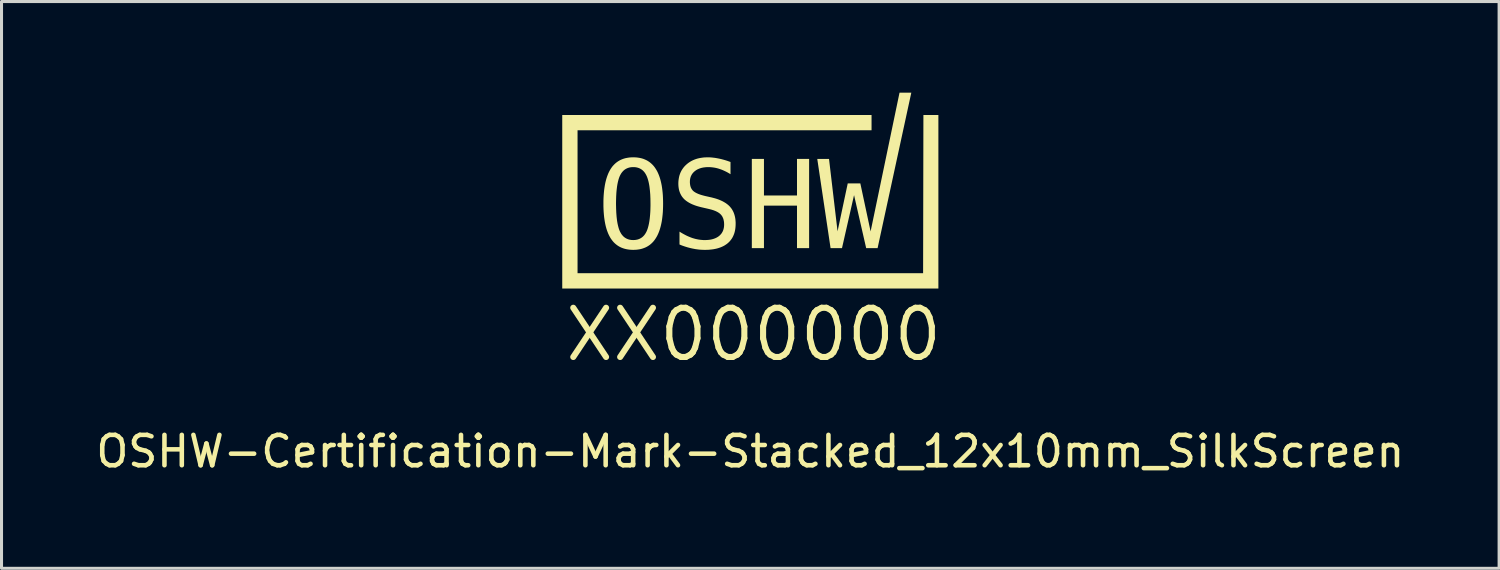
<source format=kicad_pcb>
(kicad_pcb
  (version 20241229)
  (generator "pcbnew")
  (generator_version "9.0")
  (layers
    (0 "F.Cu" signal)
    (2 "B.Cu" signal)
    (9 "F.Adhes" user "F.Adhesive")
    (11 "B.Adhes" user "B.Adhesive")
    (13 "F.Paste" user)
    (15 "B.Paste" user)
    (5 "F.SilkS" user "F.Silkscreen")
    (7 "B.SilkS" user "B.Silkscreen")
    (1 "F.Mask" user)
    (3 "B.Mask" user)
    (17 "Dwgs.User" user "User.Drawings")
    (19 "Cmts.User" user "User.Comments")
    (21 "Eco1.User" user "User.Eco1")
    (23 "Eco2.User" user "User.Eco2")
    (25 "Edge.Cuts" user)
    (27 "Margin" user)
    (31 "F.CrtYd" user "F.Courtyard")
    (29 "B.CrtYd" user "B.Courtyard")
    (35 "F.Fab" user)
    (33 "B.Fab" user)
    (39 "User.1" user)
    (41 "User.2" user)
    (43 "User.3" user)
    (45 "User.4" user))
  (footprint "OSHW-Certification-Mark-Stacked_12x10mm_SilkScreen"
    (layer "F.Cu")
    (at 21.649 4.41)
    (property "Reference" "OSHW-Certification-Mark-Stacked_12x10mm_SilkScreen" (at 0.000231 7.4 0) (unlocked yes) (layer "F.SilkS") (effects (font (size 1 1) (thickness 0.15))))
    (attr board_only exclude_from_pos_files exclude_from_bom allow_missing_courtyard)
    (fp_poly (pts (xy -2.871 -0.758) (xy -2.871 -0.758) (xy -2.871 -0.758)) (stroke (width 0) (type solid)) (fill yes) (layer "F.SilkS"))
    (fp_poly (pts (xy 6.191 2.037) (xy -6.191 2.037) (xy -6.191 -3.674) (xy -6.191 -3.674) (xy 3.991 -3.674) (xy 3.991 -3.171) (xy -5.687 -3.171) (xy -5.687 1.533) (xy 5.688 1.533) (xy 5.698 -3.674) (xy 6.191 -3.674)) (stroke (width 0) (type solid)) (fill yes) (layer "F.SilkS"))
    (fp_poly (pts (xy 0.449 -1.025) (xy 1.537 -1.025) (xy 1.537 -2.229) (xy 1.936 -2.229) (xy 1.936 0.708) (xy 1.537 0.708) (xy 1.537 -0.691) (xy 0.449 -0.691) (xy 0.449 0.708) (xy 0.05 0.708) (xy 0.05 -2.229) (xy 0.449 -2.229)) (stroke (width 0) (type solid)) (fill yes) (layer "F.SilkS"))
    (fp_poly (pts (xy 4.19 0.708) (xy 3.814 0.708) (xy 3.415 -1.037) (xy 3.018 0.708) (xy 2.642 0.708) (xy 2.204 -2.229) (xy 2.591 -2.229) (xy 2.872 0.155) (xy 3.207 -1.422) (xy 3.622 -1.422) (xy 3.96 0.159) (xy 4.912 -4.41) (xy 5.3 -4.41)) (stroke (width 0) (type solid)) (fill yes) (layer "F.SilkS"))
    (fp_poly (pts (xy -3.793 -2.28) (xy -3.734 -2.276) (xy -3.677 -2.268) (xy -3.621 -2.258) (xy -3.568 -2.245) (xy -3.517 -2.229) (xy -3.468 -2.209) (xy -3.42 -2.187) (xy -3.375 -2.162) (xy -3.332 -2.134) (xy -3.291 -2.103) (xy -3.252 -2.069) (xy -3.214 -2.032) (xy -3.179 -1.993) (xy -3.146 -1.95) (xy -3.115 -1.904) (xy -3.085 -1.855) (xy -3.057 -1.804) (xy -3.032 -1.749) (xy -3.008 -1.691) (xy -2.986 -1.63) (xy -2.966 -1.566) (xy -2.948 -1.499) (xy -2.932 -1.429) (xy -2.917 -1.356) (xy -2.905 -1.279) (xy -2.895 -1.2) (xy -2.886 -1.118) (xy -2.879 -1.032) (xy -2.875 -0.944) (xy -2.872 -0.852) (xy -2.871 -0.758) (xy -2.872 -0.663) (xy -2.875 -0.572) (xy -2.879 -0.484) (xy -2.886 -0.398) (xy -2.895 -0.316) (xy -2.905 -0.237) (xy -2.917 -0.161) (xy -2.932 -0.088) (xy -2.948 -0.018) (xy -2.966 0.049) (xy -2.986 0.113) (xy -3.008 0.174) (xy -3.032 0.232) (xy -3.057 0.286) (xy -3.085 0.338) (xy -3.115 0.387) (xy -3.13 0.41) (xy -3.146 0.433) (xy -3.162 0.454) (xy -3.179 0.475) (xy -3.196 0.496) (xy -3.214 0.515) (xy -3.233 0.534) (xy -3.252 0.552) (xy -3.271 0.57) (xy -3.291 0.586) (xy -3.311 0.602) (xy -3.332 0.617) (xy -3.353 0.631) (xy -3.375 0.645) (xy -3.398 0.658) (xy -3.42 0.67) (xy -3.444 0.682) (xy -3.468 0.692) (xy -3.492 0.702) (xy -3.517 0.711) (xy -3.542 0.72) (xy -3.568 0.728) (xy -3.594 0.735) (xy -3.621 0.741) (xy -3.649 0.747) (xy -3.677 0.751) (xy -3.734 0.759) (xy -3.793 0.763) (xy -3.854 0.765) (xy -3.915 0.763) (xy -3.975 0.759) (xy -4.032 0.751) (xy -4.087 0.741) (xy -4.14 0.728) (xy -4.191 0.712) (xy -4.241 0.693) (xy -4.288 0.671) (xy -4.333 0.646) (xy -4.376 0.618) (xy -4.417 0.587) (xy -4.457 0.553) (xy -4.494 0.517) (xy -4.529 0.477) (xy -4.562 0.434) (xy -4.594 0.389) (xy -4.623 0.34) (xy -4.65 0.289) (xy -4.676 0.234) (xy -4.699 0.176) (xy -4.721 0.116) (xy -4.741 0.052) (xy -4.759 -0.015) (xy -4.775 -0.086) (xy -4.789 -0.159) (xy -4.801 -0.235) (xy -4.812 -0.314) (xy -4.82 -0.397) (xy -4.827 -0.482) (xy -4.832 -0.571) (xy -4.835 -0.663) (xy -4.835 -0.758) (xy -4.421 -0.758) (xy -4.418 -0.602) (xy -4.412 -0.458) (xy -4.402 -0.326) (xy -4.388 -0.204) (xy -4.379 -0.148) (xy -4.369 -0.095) (xy -4.358 -0.044) (xy -4.346 0.003) (xy -4.334 0.048) (xy -4.32 0.09) (xy -4.305 0.129) (xy -4.289 0.165) (xy -4.271 0.198) (xy -4.262 0.214) (xy -4.253 0.23) (xy -4.243 0.245) (xy -4.233 0.259) (xy -4.222 0.273) (xy -4.211 0.286) (xy -4.2 0.299) (xy -4.189 0.311) (xy -4.177 0.323) (xy -4.165 0.334) (xy -4.153 0.344) (xy -4.14 0.354) (xy -4.127 0.364) (xy -4.113 0.373) (xy -4.099 0.381) (xy -4.085 0.389) (xy -4.071 0.396) (xy -4.056 0.403) (xy -4.041 0.409) (xy -4.026 0.415) (xy -4.01 0.42) (xy -3.994 0.425) (xy -3.978 0.429) (xy -3.961 0.432) (xy -3.944 0.435) (xy -3.927 0.438) (xy -3.909 0.44) (xy -3.891 0.441) (xy -3.854 0.442) (xy -3.817 0.441) (xy -3.781 0.438) (xy -3.747 0.432) (xy -3.713 0.425) (xy -3.682 0.415) (xy -3.651 0.403) (xy -3.622 0.389) (xy -3.594 0.373) (xy -3.568 0.355) (xy -3.542 0.334) (xy -3.519 0.312) (xy -3.496 0.287) (xy -3.475 0.26) (xy -3.455 0.231) (xy -3.437 0.2) (xy -3.419 0.167) (xy -3.403 0.131) (xy -3.388 0.092) (xy -3.374 0.05) (xy -3.361 0.005) (xy -3.349 -0.043) (xy -3.338 -0.093) (xy -3.328 -0.147) (xy -3.319 -0.203) (xy -3.311 -0.262) (xy -3.305 -0.324) (xy -3.299 -0.389) (xy -3.294 -0.457) (xy -3.29 -0.528) (xy -3.288 -0.602) (xy -3.286 -0.678) (xy -3.286 -0.758) (xy -3.288 -0.914) (xy -3.294 -1.058) (xy -3.305 -1.191) (xy -3.319 -1.312) (xy -3.328 -1.369) (xy -3.338 -1.422) (xy -3.349 -1.473) (xy -3.361 -1.52) (xy -3.374 -1.565) (xy -3.388 -1.607) (xy -3.403 -1.646) (xy -3.419 -1.682) (xy -3.437 -1.716) (xy -3.446 -1.732) (xy -3.455 -1.747) (xy -3.465 -1.762) (xy -3.475 -1.776) (xy -3.485 -1.79) (xy -3.496 -1.803) (xy -3.507 -1.816) (xy -3.519 -1.828) (xy -3.53 -1.84) (xy -3.542 -1.851) (xy -3.555 -1.861) (xy -3.568 -1.872) (xy -3.581 -1.881) (xy -3.594 -1.89) (xy -3.608 -1.898) (xy -3.622 -1.906) (xy -3.636 -1.913) (xy -3.651 -1.92) (xy -3.666 -1.927) (xy -3.682 -1.932) (xy -3.697 -1.937) (xy -3.713 -1.942) (xy -3.73 -1.946) (xy -3.747 -1.95) (xy -3.764 -1.953) (xy -3.781 -1.955) (xy -3.799 -1.957) (xy -3.817 -1.958) (xy -3.854 -1.959) (xy -3.891 -1.958) (xy -3.927 -1.955) (xy -3.961 -1.95) (xy -3.994 -1.942) (xy -4.026 -1.932) (xy -4.056 -1.92) (xy -4.085 -1.906) (xy -4.113 -1.89) (xy -4.14 -1.872) (xy -4.165 -1.851) (xy -4.189 -1.828) (xy -4.211 -1.803) (xy -4.233 -1.776) (xy -4.253 -1.747) (xy -4.271 -1.716) (xy -4.289 -1.682) (xy -4.305 -1.646) (xy -4.32 -1.607) (xy -4.334 -1.565) (xy -4.346 -1.52) (xy -4.358 -1.473) (xy -4.369 -1.422) (xy -4.379 -1.369) (xy -4.388 -1.312) (xy -4.395 -1.253) (xy -4.402 -1.191) (xy -4.408 -1.126) (xy -4.412 -1.058) (xy -4.416 -0.987) (xy -4.418 -0.914) (xy -4.42 -0.837) (xy -4.421 -0.758) (xy -4.835 -0.758) (xy -4.835 -0.758) (xy -4.835 -0.852) (xy -4.832 -0.944) (xy -4.827 -1.032) (xy -4.82 -1.118) (xy -4.812 -1.2) (xy -4.801 -1.279) (xy -4.789 -1.356) (xy -4.775 -1.429) (xy -4.759 -1.499) (xy -4.741 -1.566) (xy -4.721 -1.63) (xy -4.699 -1.691) (xy -4.676 -1.749) (xy -4.65 -1.804) (xy -4.623 -1.855) (xy -4.594 -1.904) (xy -4.578 -1.927) (xy -4.562 -1.95) (xy -4.546 -1.972) (xy -4.529 -1.993) (xy -4.511 -2.013) (xy -4.493 -2.032) (xy -4.475 -2.051) (xy -4.456 -2.069) (xy -4.436 -2.087) (xy -4.417 -2.103) (xy -4.396 -2.119) (xy -4.375 -2.134) (xy -4.354 -2.149) (xy -4.332 -2.162) (xy -4.31 -2.175) (xy -4.287 -2.187) (xy -4.263 -2.199) (xy -4.24 -2.209) (xy -4.215 -2.219) (xy -4.19 -2.229) (xy -4.165 -2.237) (xy -4.139 -2.245) (xy -4.113 -2.252) (xy -4.086 -2.258) (xy -4.031 -2.268) (xy -3.974 -2.276) (xy -3.915 -2.28) (xy -3.854 -2.282)) (stroke (width 0) (type solid)) (fill yes) (layer "F.SilkS"))
    (fp_poly (pts (xy -1.359 -2.281) (xy -1.315 -2.279) (xy -1.272 -2.276) (xy -1.228 -2.271) (xy -1.183 -2.266) (xy -1.137 -2.259) (xy -1.092 -2.251) (xy -1.045 -2.242) (xy -0.998 -2.232) (xy -0.95 -2.221) (xy -0.902 -2.208) (xy -0.853 -2.195) (xy -0.804 -2.18) (xy -0.754 -2.164) (xy -0.703 -2.146) (xy -0.652 -2.128) (xy -0.652 -1.725) (xy -0.697 -1.753) (xy -0.742 -1.779) (xy -0.788 -1.804) (xy -0.833 -1.826) (xy -0.879 -1.847) (xy -0.924 -1.867) (xy -0.97 -1.884) (xy -1.016 -1.9) (xy -1.061 -1.914) (xy -1.106 -1.926) (xy -1.152 -1.936) (xy -1.198 -1.944) (xy -1.243 -1.95) (xy -1.289 -1.955) (xy -1.335 -1.958) (xy -1.381 -1.959) (xy -1.416 -1.958) (xy -1.45 -1.957) (xy -1.483 -1.954) (xy -1.515 -1.95) (xy -1.546 -1.946) (xy -1.576 -1.94) (xy -1.605 -1.934) (xy -1.633 -1.926) (xy -1.66 -1.917) (xy -1.687 -1.907) (xy -1.712 -1.896) (xy -1.737 -1.885) (xy -1.761 -1.872) (xy -1.783 -1.858) (xy -1.805 -1.843) (xy -1.826 -1.827) (xy -1.846 -1.81) (xy -1.864 -1.793) (xy -1.881 -1.775) (xy -1.897 -1.756) (xy -1.912 -1.737) (xy -1.925 -1.717) (xy -1.937 -1.696) (xy -1.948 -1.674) (xy -1.958 -1.652) (xy -1.966 -1.629) (xy -1.973 -1.605) (xy -1.979 -1.58) (xy -1.983 -1.555) (xy -1.987 -1.529) (xy -1.988 -1.502) (xy -1.989 -1.475) (xy -1.989 -1.451) (xy -1.987 -1.428) (xy -1.985 -1.405) (xy -1.982 -1.383) (xy -1.979 -1.362) (xy -1.974 -1.342) (xy -1.969 -1.322) (xy -1.963 -1.303) (xy -1.956 -1.285) (xy -1.948 -1.268) (xy -1.939 -1.251) (xy -1.929 -1.235) (xy -1.919 -1.22) (xy -1.908 -1.205) (xy -1.896 -1.191) (xy -1.883 -1.178) (xy -1.869 -1.165) (xy -1.853 -1.153) (xy -1.836 -1.141) (xy -1.817 -1.129) (xy -1.797 -1.117) (xy -1.776 -1.106) (xy -1.753 -1.095) (xy -1.729 -1.084) (xy -1.703 -1.073) (xy -1.675 -1.063) (xy -1.647 -1.053) (xy -1.617 -1.043) (xy -1.585 -1.034) (xy -1.552 -1.025) (xy -1.518 -1.016) (xy -1.482 -1.007) (xy -1.273 -0.96) (xy -1.223 -0.947) (xy -1.174 -0.934) (xy -1.126 -0.92) (xy -1.081 -0.905) (xy -1.037 -0.889) (xy -0.995 -0.872) (xy -0.955 -0.854) (xy -0.916 -0.836) (xy -0.88 -0.816) (xy -0.845 -0.796) (xy -0.811 -0.775) (xy -0.78 -0.753) (xy -0.75 -0.73) (xy -0.722 -0.707) (xy -0.696 -0.682) (xy -0.671 -0.657) (xy -0.649 -0.63) (xy -0.627 -0.603) (xy -0.607 -0.574) (xy -0.589 -0.544) (xy -0.572 -0.513) (xy -0.556 -0.481) (xy -0.542 -0.447) (xy -0.53 -0.413) (xy -0.519 -0.377) (xy -0.509 -0.34) (xy -0.501 -0.302) (xy -0.494 -0.263) (xy -0.489 -0.223) (xy -0.486 -0.181) (xy -0.483 -0.138) (xy -0.483 -0.094) (xy -0.484 -0.043) (xy -0.487 0.007) (xy -0.492 0.056) (xy -0.499 0.103) (xy -0.508 0.148) (xy -0.519 0.192) (xy -0.532 0.234) (xy -0.548 0.275) (xy -0.565 0.314) (xy -0.584 0.352) (xy -0.605 0.388) (xy -0.629 0.422) (xy -0.654 0.455) (xy -0.681 0.487) (xy -0.711 0.517) (xy -0.742 0.545) (xy -0.776 0.572) (xy -0.811 0.596) (xy -0.848 0.62) (xy -0.887 0.641) (xy -0.928 0.661) (xy -0.97 0.679) (xy -1.015 0.695) (xy -1.061 0.71) (xy -1.109 0.723) (xy -1.159 0.734) (xy -1.211 0.744) (xy -1.264 0.751) (xy -1.32 0.757) (xy -1.377 0.762) (xy -1.436 0.764) (xy -1.497 0.765) (xy -1.549 0.764) (xy -1.601 0.762) (xy -1.653 0.759) (xy -1.704 0.754) (xy -1.756 0.747) (xy -1.808 0.74) (xy -1.86 0.73) (xy -1.912 0.72) (xy -1.965 0.708) (xy -2.017 0.695) (xy -2.069 0.681) (xy -2.121 0.665) (xy -2.174 0.648) (xy -2.226 0.63) (xy -2.279 0.61) (xy -2.331 0.588) (xy -2.331 0.165) (xy -2.275 0.2) (xy -2.22 0.232) (xy -2.165 0.262) (xy -2.112 0.29) (xy -2.059 0.315) (xy -2.006 0.337) (xy -1.955 0.358) (xy -1.905 0.376) (xy -1.854 0.391) (xy -1.803 0.405) (xy -1.752 0.416) (xy -1.701 0.426) (xy -1.651 0.433) (xy -1.6 0.438) (xy -1.549 0.442) (xy -1.497 0.443) (xy -1.46 0.442) (xy -1.424 0.44) (xy -1.389 0.438) (xy -1.355 0.434) (xy -1.322 0.43) (xy -1.291 0.424) (xy -1.26 0.417) (xy -1.23 0.409) (xy -1.201 0.4) (xy -1.174 0.39) (xy -1.147 0.379) (xy -1.121 0.367) (xy -1.097 0.354) (xy -1.073 0.34) (xy -1.051 0.325) (xy -1.029 0.309) (xy -1.009 0.291) (xy -0.99 0.273) (xy -0.973 0.254) (xy -0.956 0.234) (xy -0.941 0.214) (xy -0.928 0.192) (xy -0.915 0.17) (xy -0.904 0.147) (xy -0.894 0.123) (xy -0.886 0.098) (xy -0.879 0.072) (xy -0.873 0.046) (xy -0.868 0.018) (xy -0.865 -0.01) (xy -0.863 -0.039) (xy -0.862 -0.069) (xy -0.863 -0.096) (xy -0.864 -0.122) (xy -0.866 -0.148) (xy -0.869 -0.172) (xy -0.874 -0.196) (xy -0.879 -0.219) (xy -0.884 -0.242) (xy -0.891 -0.263) (xy -0.899 -0.284) (xy -0.908 -0.303) (xy -0.917 -0.322) (xy -0.927 -0.341) (xy -0.939 -0.358) (xy -0.951 -0.374) (xy -0.964 -0.39) (xy -0.978 -0.405) (xy -0.993 -0.419) (xy -1.009 -0.433) (xy -1.027 -0.447) (xy -1.046 -0.46) (xy -1.066 -0.472) (xy -1.088 -0.485) (xy -1.111 -0.496) (xy -1.135 -0.508) (xy -1.161 -0.519) (xy -1.188 -0.529) (xy -1.216 -0.54) (xy -1.246 -0.549) (xy -1.277 -0.559) (xy -1.309 -0.567) (xy -1.343 -0.576) (xy -1.377 -0.584) (xy -1.59 -0.633) (xy -1.64 -0.645) (xy -1.689 -0.658) (xy -1.735 -0.671) (xy -1.78 -0.685) (xy -1.824 -0.7) (xy -1.865 -0.716) (xy -1.905 -0.732) (xy -1.943 -0.749) (xy -1.979 -0.767) (xy -2.014 -0.786) (xy -2.046 -0.805) (xy -2.077 -0.825) (xy -2.107 -0.846) (xy -2.134 -0.867) (xy -2.16 -0.889) (xy -2.184 -0.912) (xy -2.206 -0.936) (xy -2.227 -0.961) (xy -2.247 -0.987) (xy -2.265 -1.014) (xy -2.281 -1.042) (xy -2.296 -1.071) (xy -2.31 -1.1) (xy -2.322 -1.131) (xy -2.333 -1.163) (xy -2.343 -1.196) (xy -2.351 -1.23) (xy -2.357 -1.265) (xy -2.362 -1.3) (xy -2.366 -1.337) (xy -2.368 -1.375) (xy -2.369 -1.414) (xy -2.368 -1.463) (xy -2.365 -1.51) (xy -2.359 -1.556) (xy -2.352 -1.601) (xy -2.343 -1.644) (xy -2.332 -1.687) (xy -2.318 -1.728) (xy -2.303 -1.768) (xy -2.285 -1.807) (xy -2.266 -1.844) (xy -2.244 -1.88) (xy -2.22 -1.915) (xy -2.195 -1.949) (xy -2.167 -1.982) (xy -2.137 -2.013) (xy -2.105 -2.043) (xy -2.071 -2.072) (xy -2.036 -2.099) (xy -1.999 -2.124) (xy -1.962 -2.147) (xy -1.922 -2.169) (xy -1.882 -2.188) (xy -1.84 -2.206) (xy -1.796 -2.222) (xy -1.752 -2.236) (xy -1.706 -2.248) (xy -1.658 -2.258) (xy -1.61 -2.266) (xy -1.559 -2.273) (xy -1.508 -2.278) (xy -1.455 -2.28) (xy -1.401 -2.281)) (stroke (width 0) (type solid)) (fill yes) (layer "F.SilkS"))
    (fp_text user "XX000000" (at -6.191 4.5 0) (unlocked yes) (layer "F.SilkS") (effects (font (size 1.62 1.62) (thickness 0.2)) (justify left bottom))))
  (gr_rect
    (start -3 -3)
    (end 46.298 15.658)
    (stroke (width 0.1) (type default))
    (fill no)
    (layer "Edge.Cuts")))
</source>
